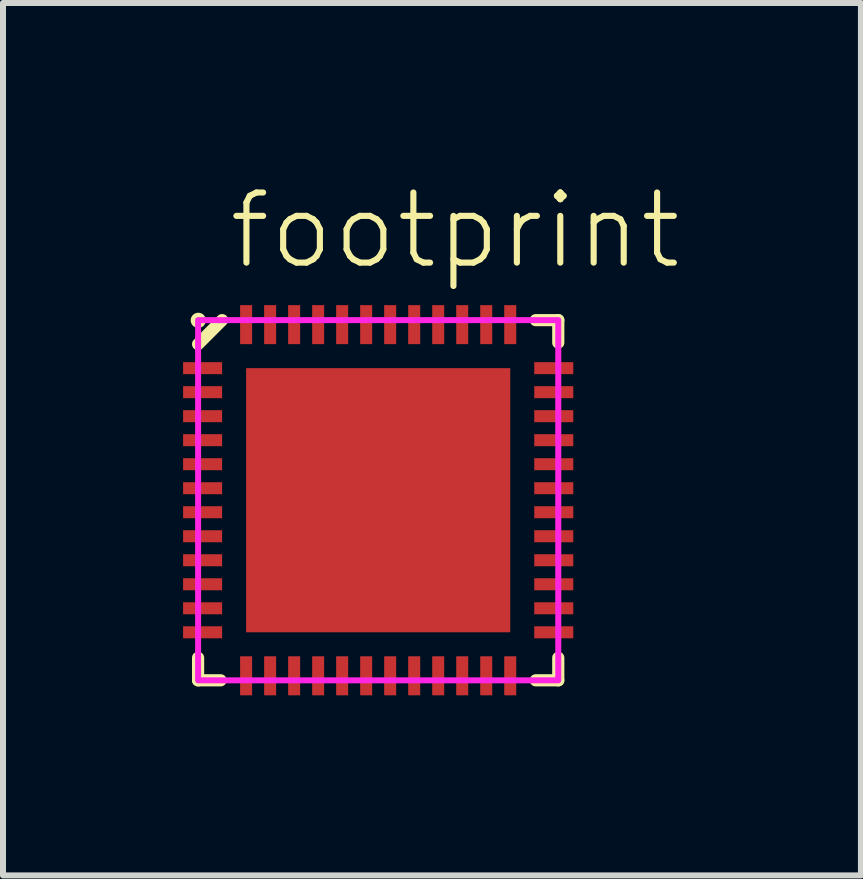
<source format=kicad_pcb>
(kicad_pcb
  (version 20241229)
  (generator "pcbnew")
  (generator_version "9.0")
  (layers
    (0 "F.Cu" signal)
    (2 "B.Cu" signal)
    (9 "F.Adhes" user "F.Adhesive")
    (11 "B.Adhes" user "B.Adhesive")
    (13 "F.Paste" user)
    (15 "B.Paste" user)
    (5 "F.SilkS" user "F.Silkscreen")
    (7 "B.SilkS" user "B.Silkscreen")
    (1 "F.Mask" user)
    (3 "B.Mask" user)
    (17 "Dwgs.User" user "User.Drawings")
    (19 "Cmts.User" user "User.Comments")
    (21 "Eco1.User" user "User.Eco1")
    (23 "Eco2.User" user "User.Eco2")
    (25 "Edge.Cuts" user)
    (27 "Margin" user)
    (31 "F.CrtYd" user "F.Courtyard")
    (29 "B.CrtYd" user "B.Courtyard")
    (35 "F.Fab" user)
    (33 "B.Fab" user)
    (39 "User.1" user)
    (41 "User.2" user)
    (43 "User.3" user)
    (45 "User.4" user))
  (footprint "footprint"
    (layer "F.Cu")
    (at 3.25 5.283)
    (property "Reference" "footprint" (at -2.54 -3.81 0) (layer "F.SilkS") (effects (font (size 1.168 1.168) (thickness 0.102)) (justify left bottom)))
    (fp_line (start -3 3) (end -3 2.625) (stroke (width 0.203) (type solid)) (layer "F.SilkS"))
    (fp_line (start -3 3) (end -2.625 3) (stroke (width 0.203) (type solid)) (layer "F.SilkS"))
    (fp_line (start -2.6 -3) (end -3 -2.6) (stroke (width 0.203) (type solid)) (layer "F.SilkS"))
    (fp_line (start 3 -3) (end 2.625 -3) (stroke (width 0.203) (type solid)) (layer "F.SilkS"))
    (fp_line (start 3 -3) (end 3 -2.625) (stroke (width 0.203) (type solid)) (layer "F.SilkS"))
    (fp_line (start 3 3) (end 2.625 3) (stroke (width 0.203) (type solid)) (layer "F.SilkS"))
    (fp_line (start 3 3) (end 3 2.625) (stroke (width 0.203) (type solid)) (layer "F.SilkS"))
    (fp_circle (center -2.997 -2.997) (end -2.934 -2.997) (stroke (width 0.127) (type solid)) (fill yes) (layer "F.SilkS"))
    (fp_poly (pts (xy -3.188 -2.125) (xy -2.7 -2.125) (xy -2.7 -2.275) (xy -3.188 -2.275)) (stroke (width 0) (type solid)) (fill yes) (layer "F.Paste"))
    (fp_poly (pts (xy -3.188 -1.725) (xy -2.7 -1.725) (xy -2.7 -1.875) (xy -3.188 -1.875)) (stroke (width 0) (type solid)) (fill yes) (layer "F.Paste"))
    (fp_poly (pts (xy -3.188 -1.325) (xy -2.7 -1.325) (xy -2.7 -1.475) (xy -3.188 -1.475)) (stroke (width 0) (type solid)) (fill yes) (layer "F.Paste"))
    (fp_poly (pts (xy -3.188 -0.925) (xy -2.7 -0.925) (xy -2.7 -1.075) (xy -3.188 -1.075)) (stroke (width 0) (type solid)) (fill yes) (layer "F.Paste"))
    (fp_poly (pts (xy -3.188 -0.525) (xy -2.7 -0.525) (xy -2.7 -0.675) (xy -3.188 -0.675)) (stroke (width 0) (type solid)) (fill yes) (layer "F.Paste"))
    (fp_poly (pts (xy -3.188 -0.125) (xy -2.7 -0.125) (xy -2.7 -0.275) (xy -3.188 -0.275)) (stroke (width 0) (type solid)) (fill yes) (layer "F.Paste"))
    (fp_poly (pts (xy -3.188 0.275) (xy -2.7 0.275) (xy -2.7 0.125) (xy -3.188 0.125)) (stroke (width 0) (type solid)) (fill yes) (layer "F.Paste"))
    (fp_poly (pts (xy -3.188 0.675) (xy -2.7 0.675) (xy -2.7 0.525) (xy -3.188 0.525)) (stroke (width 0) (type solid)) (fill yes) (layer "F.Paste"))
    (fp_poly (pts (xy -3.188 1.075) (xy -2.7 1.075) (xy -2.7 0.925) (xy -3.188 0.925)) (stroke (width 0) (type solid)) (fill yes) (layer "F.Paste"))
    (fp_poly (pts (xy -3.188 1.475) (xy -2.7 1.475) (xy -2.7 1.325) (xy -3.188 1.325)) (stroke (width 0) (type solid)) (fill yes) (layer "F.Paste"))
    (fp_poly (pts (xy -3.188 1.875) (xy -2.7 1.875) (xy -2.7 1.725) (xy -3.188 1.725)) (stroke (width 0) (type solid)) (fill yes) (layer "F.Paste"))
    (fp_poly (pts (xy -3.188 2.275) (xy -2.7 2.275) (xy -2.7 2.125) (xy -3.188 2.125)) (stroke (width 0) (type solid)) (fill yes) (layer "F.Paste"))
    (fp_poly (pts (xy -2.275 2.688) (xy -2.275 3.175) (xy -2.125 3.175) (xy -2.125 2.688)) (stroke (width 0) (type solid)) (fill yes) (layer "F.Paste"))
    (fp_poly (pts (xy -2.125 -2.688) (xy -2.125 -3.175) (xy -2.275 -3.175) (xy -2.275 -2.688)) (stroke (width 0) (type solid)) (fill yes) (layer "F.Paste"))
    (fp_poly (pts (xy -1.875 2.688) (xy -1.875 3.175) (xy -1.725 3.175) (xy -1.725 2.688)) (stroke (width 0) (type solid)) (fill yes) (layer "F.Paste"))
    (fp_poly (pts (xy -1.725 -2.688) (xy -1.725 -3.175) (xy -1.875 -3.175) (xy -1.875 -2.688)) (stroke (width 0) (type solid)) (fill yes) (layer "F.Paste"))
    (fp_poly (pts (xy -1.475 2.688) (xy -1.475 3.175) (xy -1.325 3.175) (xy -1.325 2.688)) (stroke (width 0) (type solid)) (fill yes) (layer "F.Paste"))
    (fp_poly (pts (xy -1.325 -2.688) (xy -1.325 -3.175) (xy -1.475 -3.175) (xy -1.475 -2.688)) (stroke (width 0) (type solid)) (fill yes) (layer "F.Paste"))
    (fp_poly (pts (xy -1.075 2.688) (xy -1.075 3.175) (xy -0.925 3.175) (xy -0.925 2.688)) (stroke (width 0) (type solid)) (fill yes) (layer "F.Paste"))
    (fp_poly (pts (xy -0.925 -2.688) (xy -0.925 -3.175) (xy -1.075 -3.175) (xy -1.075 -2.688)) (stroke (width 0) (type solid)) (fill yes) (layer "F.Paste"))
    (fp_poly (pts (xy -0.675 2.688) (xy -0.675 3.175) (xy -0.525 3.175) (xy -0.525 2.688)) (stroke (width 0) (type solid)) (fill yes) (layer "F.Paste"))
    (fp_poly (pts (xy -0.525 -2.688) (xy -0.525 -3.175) (xy -0.675 -3.175) (xy -0.675 -2.688)) (stroke (width 0) (type solid)) (fill yes) (layer "F.Paste"))
    (fp_poly (pts (xy -0.375 -0.375) (xy -0.375 -1.875) (xy -1.875 -1.875) (xy -1.875 -0.375)) (stroke (width 0) (type solid)) (fill yes) (layer "F.Paste"))
    (fp_poly (pts (xy -0.375 1.875) (xy -0.375 0.375) (xy -1.875 0.375) (xy -1.875 1.875)) (stroke (width 0) (type solid)) (fill yes) (layer "F.Paste"))
    (fp_poly (pts (xy -0.275 2.688) (xy -0.275 3.175) (xy -0.125 3.175) (xy -0.125 2.688)) (stroke (width 0) (type solid)) (fill yes) (layer "F.Paste"))
    (fp_poly (pts (xy -0.125 -2.688) (xy -0.125 -3.175) (xy -0.275 -3.175) (xy -0.275 -2.688)) (stroke (width 0) (type solid)) (fill yes) (layer "F.Paste"))
    (fp_poly (pts (xy 0.125 2.688) (xy 0.125 3.175) (xy 0.275 3.175) (xy 0.275 2.688)) (stroke (width 0) (type solid)) (fill yes) (layer "F.Paste"))
    (fp_poly (pts (xy 0.275 -2.688) (xy 0.275 -3.175) (xy 0.125 -3.175) (xy 0.125 -2.688)) (stroke (width 0) (type solid)) (fill yes) (layer "F.Paste"))
    (fp_poly (pts (xy 0.525 2.688) (xy 0.525 3.175) (xy 0.675 3.175) (xy 0.675 2.688)) (stroke (width 0) (type solid)) (fill yes) (layer "F.Paste"))
    (fp_poly (pts (xy 0.675 -2.688) (xy 0.675 -3.175) (xy 0.525 -3.175) (xy 0.525 -2.688)) (stroke (width 0) (type solid)) (fill yes) (layer "F.Paste"))
    (fp_poly (pts (xy 0.925 2.688) (xy 0.925 3.175) (xy 1.075 3.175) (xy 1.075 2.688)) (stroke (width 0) (type solid)) (fill yes) (layer "F.Paste"))
    (fp_poly (pts (xy 1.075 -2.688) (xy 1.075 -3.175) (xy 0.925 -3.175) (xy 0.925 -2.688)) (stroke (width 0) (type solid)) (fill yes) (layer "F.Paste"))
    (fp_poly (pts (xy 1.325 2.688) (xy 1.325 3.175) (xy 1.475 3.175) (xy 1.475 2.688)) (stroke (width 0) (type solid)) (fill yes) (layer "F.Paste"))
    (fp_poly (pts (xy 1.475 -2.688) (xy 1.475 -3.175) (xy 1.325 -3.175) (xy 1.325 -2.688)) (stroke (width 0) (type solid)) (fill yes) (layer "F.Paste"))
    (fp_poly (pts (xy 1.725 2.688) (xy 1.725 3.175) (xy 1.875 3.175) (xy 1.875 2.688)) (stroke (width 0) (type solid)) (fill yes) (layer "F.Paste"))
    (fp_poly (pts (xy 1.725 2.688) (xy 1.725 3.175) (xy 1.875 3.175) (xy 1.875 2.688)) (stroke (width 0) (type solid)) (fill yes) (layer "F.Paste"))
    (fp_poly (pts (xy 1.875 -2.688) (xy 1.875 -3.175) (xy 1.725 -3.175) (xy 1.725 -2.688)) (stroke (width 0) (type solid)) (fill yes) (layer "F.Paste"))
    (fp_poly (pts (xy 1.875 -0.375) (xy 1.875 -1.875) (xy 0.375 -1.875) (xy 0.375 -0.375)) (stroke (width 0) (type solid)) (fill yes) (layer "F.Paste"))
    (fp_poly (pts (xy 1.875 1.875) (xy 1.875 0.375) (xy 0.375 0.375) (xy 0.375 1.875)) (stroke (width 0) (type solid)) (fill yes) (layer "F.Paste"))
    (fp_poly (pts (xy 2.125 2.688) (xy 2.125 3.175) (xy 2.275 3.175) (xy 2.275 2.688)) (stroke (width 0) (type solid)) (fill yes) (layer "F.Paste"))
    (fp_poly (pts (xy 2.125 2.688) (xy 2.125 3.175) (xy 2.275 3.175) (xy 2.275 2.688)) (stroke (width 0) (type solid)) (fill yes) (layer "F.Paste"))
    (fp_poly (pts (xy 2.275 -2.688) (xy 2.275 -3.175) (xy 2.125 -3.175) (xy 2.125 -2.688)) (stroke (width 0) (type solid)) (fill yes) (layer "F.Paste"))
    (fp_poly (pts (xy 3.163 -2.275) (xy 2.675 -2.275) (xy 2.675 -2.125) (xy 3.163 -2.125)) (stroke (width 0) (type solid)) (fill yes) (layer "F.Paste"))
    (fp_poly (pts (xy 3.163 -1.875) (xy 2.675 -1.875) (xy 2.675 -1.725) (xy 3.163 -1.725)) (stroke (width 0) (type solid)) (fill yes) (layer "F.Paste"))
    (fp_poly (pts (xy 3.163 -1.475) (xy 2.675 -1.475) (xy 2.675 -1.325) (xy 3.163 -1.325)) (stroke (width 0) (type solid)) (fill yes) (layer "F.Paste"))
    (fp_poly (pts (xy 3.163 -1.075) (xy 2.675 -1.075) (xy 2.675 -0.925) (xy 3.163 -0.925)) (stroke (width 0) (type solid)) (fill yes) (layer "F.Paste"))
    (fp_poly (pts (xy 3.163 -0.675) (xy 2.675 -0.675) (xy 2.675 -0.525) (xy 3.163 -0.525)) (stroke (width 0) (type solid)) (fill yes) (layer "F.Paste"))
    (fp_poly (pts (xy 3.163 -0.275) (xy 2.675 -0.275) (xy 2.675 -0.125) (xy 3.163 -0.125)) (stroke (width 0) (type solid)) (fill yes) (layer "F.Paste"))
    (fp_poly (pts (xy 3.163 0.125) (xy 2.675 0.125) (xy 2.675 0.275) (xy 3.163 0.275)) (stroke (width 0) (type solid)) (fill yes) (layer "F.Paste"))
    (fp_poly (pts (xy 3.163 0.525) (xy 2.675 0.525) (xy 2.675 0.675) (xy 3.163 0.675)) (stroke (width 0) (type solid)) (fill yes) (layer "F.Paste"))
    (fp_poly (pts (xy 3.163 0.925) (xy 2.675 0.925) (xy 2.675 1.075) (xy 3.163 1.075)) (stroke (width 0) (type solid)) (fill yes) (layer "F.Paste"))
    (fp_poly (pts (xy 3.163 1.325) (xy 2.675 1.325) (xy 2.675 1.475) (xy 3.163 1.475)) (stroke (width 0) (type solid)) (fill yes) (layer "F.Paste"))
    (fp_poly (pts (xy 3.163 1.725) (xy 2.675 1.725) (xy 2.675 1.875) (xy 3.163 1.875)) (stroke (width 0) (type solid)) (fill yes) (layer "F.Paste"))
    (fp_poly (pts (xy 3.163 2.125) (xy 2.675 2.125) (xy 2.675 2.275) (xy 3.163 2.275)) (stroke (width 0) (type solid)) (fill yes) (layer "F.Paste"))
    (fp_poly (pts (xy 3 3) (xy 3 -3) (xy -3 -3) (xy -3 3)) (stroke (width 0.1) (type solid)) (fill no) (layer "F.CrtYd"))
    (pad "1" smd rect (at -2.925 -2.2 180) (size 0.65 0.2) (layers "F.Cu" "F.Mask"))
    (pad "2" smd rect (at -2.925 -1.8 180) (size 0.65 0.2) (layers "F.Cu" "F.Mask"))
    (pad "3" smd rect (at -2.925 -1.4 180) (size 0.65 0.2) (layers "F.Cu" "F.Mask"))
    (pad "4" smd rect (at -2.925 -1 180) (size 0.65 0.2) (layers "F.Cu" "F.Mask"))
    (pad "5" smd rect (at -2.925 -0.6 180) (size 0.65 0.2) (layers "F.Cu" "F.Mask"))
    (pad "6" smd rect (at -2.925 -0.2 180) (size 0.65 0.2) (layers "F.Cu" "F.Mask"))
    (pad "7" smd rect (at -2.925 0.2 180) (size 0.65 0.2) (layers "F.Cu" "F.Mask"))
    (pad "8" smd rect (at -2.925 0.6 180) (size 0.65 0.2) (layers "F.Cu" "F.Mask"))
    (pad "9" smd rect (at -2.925 1 180) (size 0.65 0.2) (layers "F.Cu" "F.Mask"))
    (pad "10" smd rect (at -2.925 1.4 180) (size 0.65 0.2) (layers "F.Cu" "F.Mask"))
    (pad "11" smd rect (at -2.925 1.8 180) (size 0.65 0.2) (layers "F.Cu" "F.Mask"))
    (pad "12" smd rect (at -2.925 2.2 180) (size 0.65 0.2) (layers "F.Cu" "F.Mask"))
    (pad "13" smd rect (at -2.2 2.925 270) (size 0.65 0.2) (layers "F.Cu" "F.Mask"))
    (pad "14" smd rect (at -1.8 2.925 270) (size 0.65 0.2) (layers "F.Cu" "F.Mask"))
    (pad "15" smd rect (at -1.4 2.925 270) (size 0.65 0.2) (layers "F.Cu" "F.Mask"))
    (pad "16" smd rect (at -1 2.925 270) (size 0.65 0.2) (layers "F.Cu" "F.Mask"))
    (pad "17" smd rect (at -0.6 2.925 270) (size 0.65 0.2) (layers "F.Cu" "F.Mask"))
    (pad "18" smd rect (at -0.2 2.925 270) (size 0.65 0.2) (layers "F.Cu" "F.Mask"))
    (pad "19" smd rect (at 0.2 2.925 270) (size 0.65 0.2) (layers "F.Cu" "F.Mask"))
    (pad "20" smd rect (at 0.6 2.925 270) (size 0.65 0.2) (layers "F.Cu" "F.Mask"))
    (pad "21" smd rect (at 1 2.925 270) (size 0.65 0.2) (layers "F.Cu" "F.Mask"))
    (pad "22" smd rect (at 1.4 2.925 270) (size 0.65 0.2) (layers "F.Cu" "F.Mask"))
    (pad "23" smd rect (at 1.8 2.925 270) (size 0.65 0.2) (layers "F.Cu" "F.Mask"))
    (pad "24" smd rect (at 2.2 2.925 270) (size 0.65 0.2) (layers "F.Cu" "F.Mask"))
    (pad "25" smd rect (at 2.925 2.2) (size 0.65 0.2) (layers "F.Cu" "F.Mask"))
    (pad "26" smd rect (at 2.925 1.8) (size 0.65 0.2) (layers "F.Cu" "F.Mask"))
    (pad "27" smd rect (at 2.925 1.4) (size 0.65 0.2) (layers "F.Cu" "F.Mask"))
    (pad "28" smd rect (at 2.925 1) (size 0.65 0.2) (layers "F.Cu" "F.Mask"))
    (pad "29" smd rect (at 2.925 0.6) (size 0.65 0.2) (layers "F.Cu" "F.Mask"))
    (pad "30" smd rect (at 2.925 0.2) (size 0.65 0.2) (layers "F.Cu" "F.Mask"))
    (pad "31" smd rect (at 2.925 -0.2) (size 0.65 0.2) (layers "F.Cu" "F.Mask"))
    (pad "32" smd rect (at 2.925 -0.6) (size 0.65 0.2) (layers "F.Cu" "F.Mask"))
    (pad "33" smd rect (at 2.925 -1) (size 0.65 0.2) (layers "F.Cu" "F.Mask"))
    (pad "34" smd rect (at 2.925 -1.4) (size 0.65 0.2) (layers "F.Cu" "F.Mask"))
    (pad "35" smd rect (at 2.925 -1.8) (size 0.65 0.2) (layers "F.Cu" "F.Mask"))
    (pad "36" smd rect (at 2.925 -2.2) (size 0.65 0.2) (layers "F.Cu" "F.Mask"))
    (pad "37" smd rect (at 2.2 -2.925 90) (size 0.65 0.2) (layers "F.Cu" "F.Mask"))
    (pad "38" smd rect (at 1.8 -2.925 90) (size 0.65 0.2) (layers "F.Cu" "F.Mask"))
    (pad "39" smd rect (at 1.4 -2.925 90) (size 0.65 0.2) (layers "F.Cu" "F.Mask"))
    (pad "40" smd rect (at 1 -2.925 90) (size 0.65 0.2) (layers "F.Cu" "F.Mask"))
    (pad "41" smd rect (at 0.6 -2.925 90) (size 0.65 0.2) (layers "F.Cu" "F.Mask"))
    (pad "42" smd rect (at 0.2 -2.925 90) (size 0.65 0.2) (layers "F.Cu" "F.Mask"))
    (pad "43" smd rect (at -0.2 -2.925 90) (size 0.65 0.2) (layers "F.Cu" "F.Mask"))
    (pad "44" smd rect (at -0.6 -2.925 90) (size 0.65 0.2) (layers "F.Cu" "F.Mask"))
    (pad "45" smd rect (at -1 -2.925 90) (size 0.65 0.2) (layers "F.Cu" "F.Mask"))
    (pad "46" smd rect (at -1.4 -2.925 90) (size 0.65 0.2) (layers "F.Cu" "F.Mask"))
    (pad "47" smd rect (at -1.8 -2.925 90) (size 0.65 0.2) (layers "F.Cu" "F.Mask"))
    (pad "48" smd rect (at -2.2 -2.925 90) (size 0.65 0.2) (layers "F.Cu" "F.Mask"))
    (pad "49" smd rect (at 0 0 180) (size 4.4 4.4) (layers "F.Cu" "F.Mask"))
    (zone (net_name "") (layer "F.Cu") (hatch edge 0.508) (connect_pads) (min_thickness 0.254) (filled_areas_thickness no) (keepout (tracks not_allowed) (vias not_allowed) (pads not_allowed) (copperpour not_allowed) (footprints allowed)) (placement (enabled no)) (fill) (polygon (pts (xy 1.04 5.791) (xy 1.04 4.775) (xy 0.862 4.775) (xy 0.862 5.791))))
    (zone (net_name "") (layer "F.Cu") (hatch edge 0.508) (connect_pads) (min_thickness 0.254) (filled_areas_thickness no) (keepout (tracks not_allowed) (vias not_allowed) (pads not_allowed) (copperpour not_allowed) (footprints allowed)) (placement (enabled no)) (fill) (polygon (pts (xy 2.742 3.073) (xy 3.758 3.073) (xy 3.758 2.896) (xy 2.742 2.896))))
    (zone (net_name "") (layer "F.Cu") (hatch edge 0.508) (connect_pads) (min_thickness 0.254) (filled_areas_thickness no) (keepout (tracks not_allowed) (vias not_allowed) (pads not_allowed) (copperpour not_allowed) (footprints allowed)) (placement (enabled no)) (fill) (polygon (pts (xy 2.742 7.671) (xy 3.758 7.671) (xy 3.758 7.493) (xy 2.742 7.493))))
    (zone (net_name "") (layer "F.Cu") (hatch edge 0.508) (connect_pads) (min_thickness 0.254) (filled_areas_thickness no) (keepout (tracks not_allowed) (vias not_allowed) (pads not_allowed) (copperpour not_allowed) (footprints allowed)) (placement (enabled no)) (fill) (polygon (pts (xy 5.638 5.791) (xy 5.638 4.775) (xy 5.46 4.775) (xy 5.46 5.791)))))
  (gr_rect
    (start -3 -3)
    (end 11.292 11.533)
    (stroke (width 0.1) (type default))
    (fill no)
    (layer "Edge.Cuts")))
</source>
